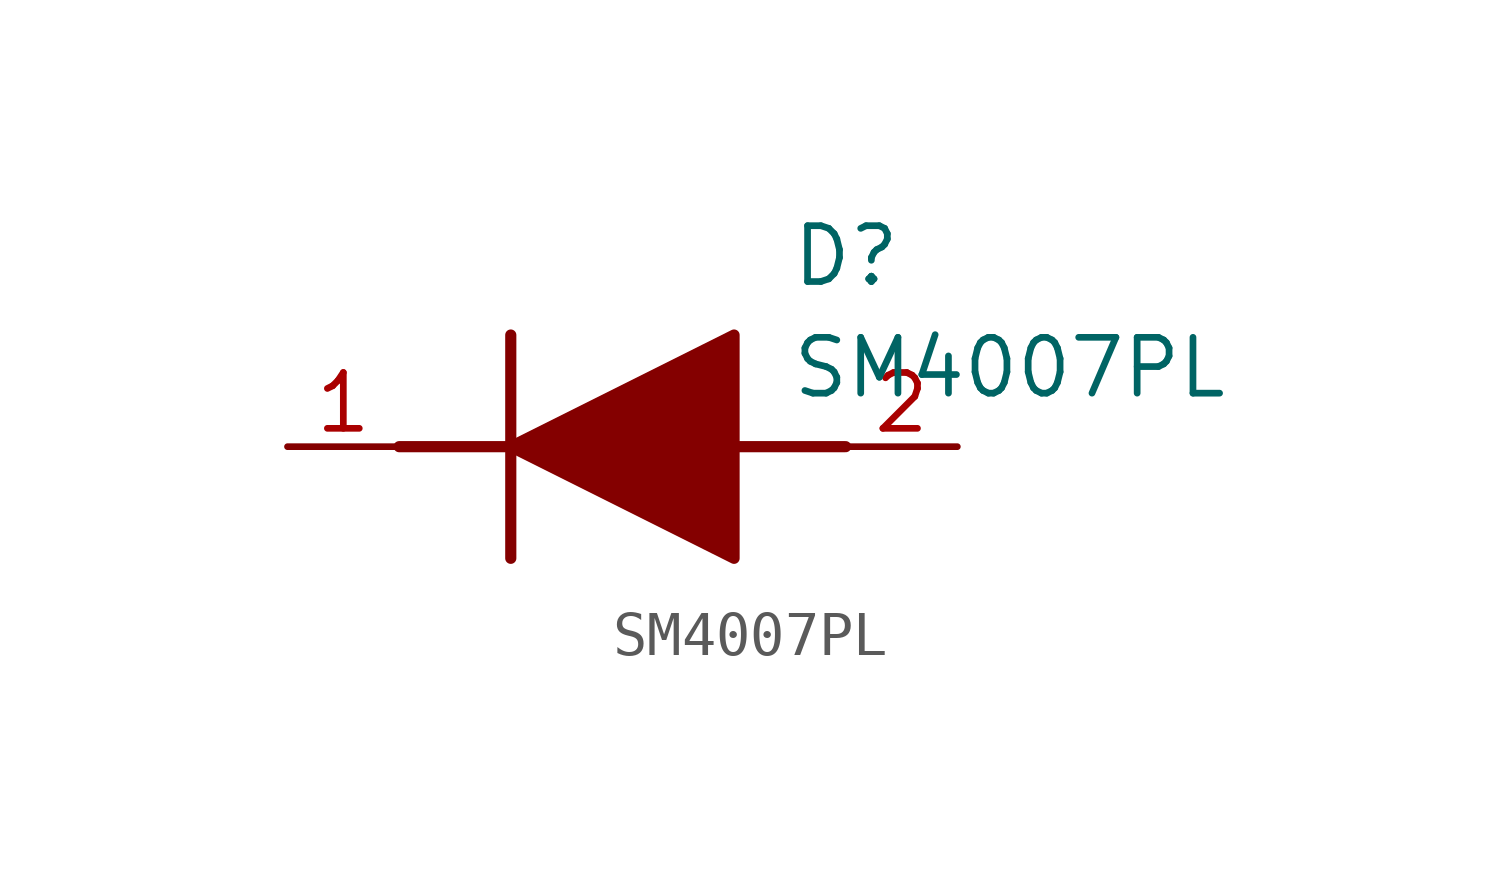
<source format=kicad_sym>
(kicad_symbol_lib
  (version 20220914)
  (generator SamacSys_ECAD_Model)
  (symbol "SM4007PL"
    (pin_names hide)
    (property "Reference" "D"
      (at 11.43 5.08 0)
      (effects (font (size 1.27 1.27)) (justify left top)))
    (property "Value" "SM4007PL"
      (at 11.43 2.54 0)
      (effects (font (size 1.27 1.27)) (justify left top)))
    (polyline
      (pts (xy 5.08 2.54) (xy 5.08 -2.54))
      (stroke (width 0.254) (type default))
      (fill (type none)))
    (polyline
      (pts (xy 2.54 0) (xy 5.08 0))
      (stroke (width 0.254) (type default))
      (fill (type none)))
    (polyline
      (pts (xy 10.16 0) (xy 12.7 0))
      (stroke (width 0.254) (type default))
      (fill (type none)))
    (polyline
      (pts (xy 5.08 0) (xy 10.16 2.54) (xy 10.16 -2.54) (xy 5.08 0))
      (stroke (width 0.254) (type default))
      (fill (type outline)))
    (pin passive line
      (at 0 0 0)
      (length 2.54)
      (name "K" (effects (font (size 1.27 1.27))))
      (number "1" (effects (font (size 1.27 1.27)))))
    (pin passive line
      (at 15.24 0 180)
      (length 2.54)
      (name "A" (effects (font (size 1.27 1.27))))
      (number "2" (effects (font (size 1.27 1.27)))))))
</source>
